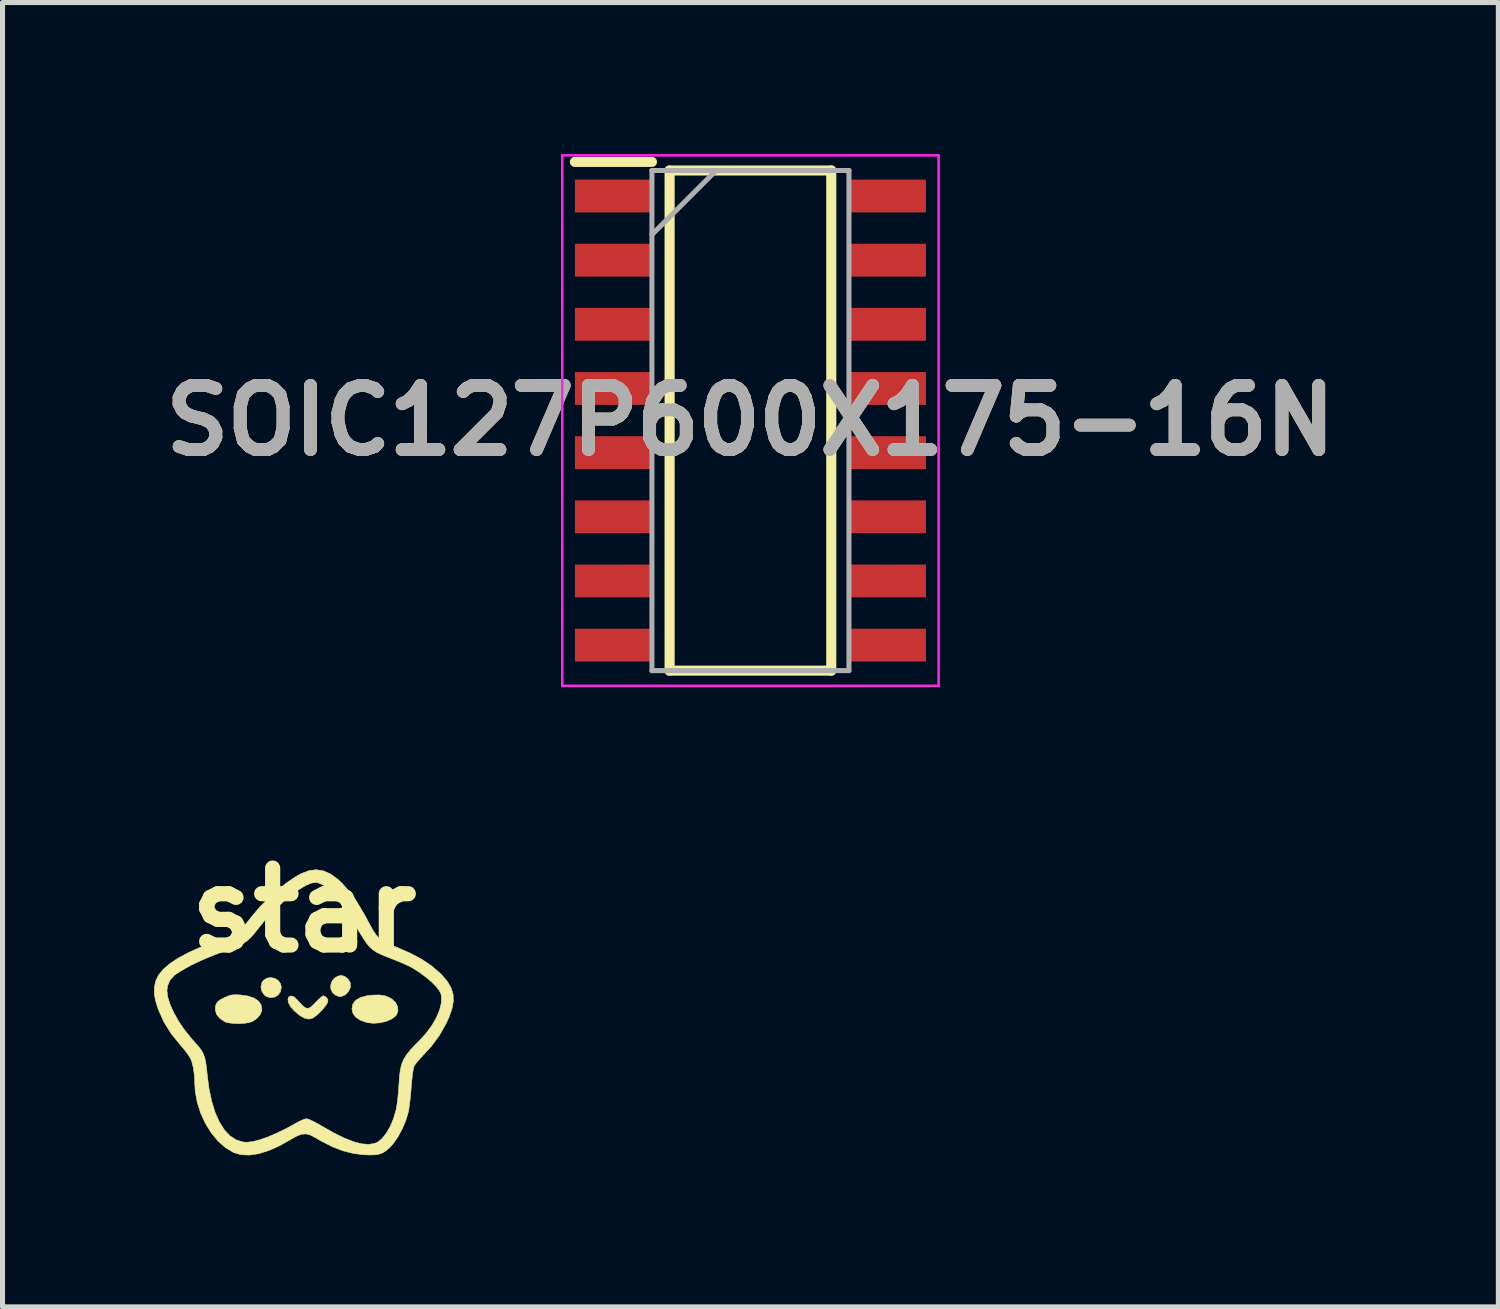
<source format=kicad_pcb>
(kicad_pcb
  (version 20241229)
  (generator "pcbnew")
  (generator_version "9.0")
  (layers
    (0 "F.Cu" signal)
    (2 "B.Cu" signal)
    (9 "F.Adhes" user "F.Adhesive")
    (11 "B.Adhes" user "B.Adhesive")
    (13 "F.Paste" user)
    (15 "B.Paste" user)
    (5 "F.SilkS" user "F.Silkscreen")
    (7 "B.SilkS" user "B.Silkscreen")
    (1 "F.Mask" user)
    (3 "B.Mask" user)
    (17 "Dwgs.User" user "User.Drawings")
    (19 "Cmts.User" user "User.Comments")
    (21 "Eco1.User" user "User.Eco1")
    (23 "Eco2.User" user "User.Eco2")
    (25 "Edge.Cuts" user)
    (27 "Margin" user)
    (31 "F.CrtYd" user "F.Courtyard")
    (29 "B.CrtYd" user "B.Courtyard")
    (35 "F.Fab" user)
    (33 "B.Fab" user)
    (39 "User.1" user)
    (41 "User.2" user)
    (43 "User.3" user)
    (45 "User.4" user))
  (footprint "SOIC127P600X175-16N"
    (layer "F.Cu")
    (at 11.805 5.275)
    (property "Reference" "SOIC127P600X175-16N" (at 0 0 0) (layer "F.SilkS") (effects (font (size 1.27 1.27) (thickness 0.254))))
    (attr smd)
    (fp_line (start -3.475 -5.12) (end -1.95 -5.12) (stroke (width 0.2) (type solid)) (layer "F.SilkS"))
    (fp_line (start -1.6 -4.95) (end 1.6 -4.95) (stroke (width 0.2) (type solid)) (layer "F.SilkS"))
    (fp_line (start -1.6 4.95) (end -1.6 -4.95) (stroke (width 0.2) (type solid)) (layer "F.SilkS"))
    (fp_line (start 1.6 -4.95) (end 1.6 4.95) (stroke (width 0.2) (type solid)) (layer "F.SilkS"))
    (fp_line (start 1.6 4.95) (end -1.6 4.95) (stroke (width 0.2) (type solid)) (layer "F.SilkS"))
    (fp_line (start -3.725 -5.25) (end 3.725 -5.25) (stroke (width 0.05) (type solid)) (layer "F.CrtYd"))
    (fp_line (start -3.725 5.25) (end -3.725 -5.25) (stroke (width 0.05) (type solid)) (layer "F.CrtYd"))
    (fp_line (start 3.725 -5.25) (end 3.725 5.25) (stroke (width 0.05) (type solid)) (layer "F.CrtYd"))
    (fp_line (start 3.725 5.25) (end -3.725 5.25) (stroke (width 0.05) (type solid)) (layer "F.CrtYd"))
    (fp_line (start -1.95 -4.95) (end 1.95 -4.95) (stroke (width 0.1) (type solid)) (layer "F.Fab"))
    (fp_line (start -1.95 -3.68) (end -0.68 -4.95) (stroke (width 0.1) (type solid)) (layer "F.Fab"))
    (fp_line (start -1.95 4.95) (end -1.95 -4.95) (stroke (width 0.1) (type solid)) (layer "F.Fab"))
    (fp_line (start 1.95 -4.95) (end 1.95 4.95) (stroke (width 0.1) (type solid)) (layer "F.Fab"))
    (fp_line (start 1.95 4.95) (end -1.95 4.95) (stroke (width 0.1) (type solid)) (layer "F.Fab"))
    (fp_text user "${REFERENCE}" (at 0 0 0) (layer "F.Fab") (effects (font (size 1.27 1.27) (thickness 0.254))))
    (pad "1" smd rect (at -2.712 -4.445 90) (size 0.65 1.525) (layers "F.Cu" "F.Mask" "F.Paste"))
    (pad "2" smd rect (at -2.712 -3.175 90) (size 0.65 1.525) (layers "F.Cu" "F.Mask" "F.Paste"))
    (pad "3" smd rect (at -2.712 -1.905 90) (size 0.65 1.525) (layers "F.Cu" "F.Mask" "F.Paste"))
    (pad "4" smd rect (at -2.712 -0.635 90) (size 0.65 1.525) (layers "F.Cu" "F.Mask" "F.Paste"))
    (pad "5" smd rect (at -2.712 0.635 90) (size 0.65 1.525) (layers "F.Cu" "F.Mask" "F.Paste"))
    (pad "6" smd rect (at -2.712 1.905 90) (size 0.65 1.525) (layers "F.Cu" "F.Mask" "F.Paste"))
    (pad "7" smd rect (at -2.712 3.175 90) (size 0.65 1.525) (layers "F.Cu" "F.Mask" "F.Paste"))
    (pad "8" smd rect (at -2.712 4.445 90) (size 0.65 1.525) (layers "F.Cu" "F.Mask" "F.Paste"))
    (pad "9" smd rect (at 2.712 4.445 90) (size 0.65 1.525) (layers "F.Cu" "F.Mask" "F.Paste"))
    (pad "10" smd rect (at 2.712 3.175 90) (size 0.65 1.525) (layers "F.Cu" "F.Mask" "F.Paste"))
    (pad "11" smd rect (at 2.712 1.905 90) (size 0.65 1.525) (layers "F.Cu" "F.Mask" "F.Paste"))
    (pad "12" smd rect (at 2.712 0.635 90) (size 0.65 1.525) (layers "F.Cu" "F.Mask" "F.Paste"))
    (pad "13" smd rect (at 2.712 -0.635 90) (size 0.65 1.525) (layers "F.Cu" "F.Mask" "F.Paste"))
    (pad "14" smd rect (at 2.712 -1.905 90) (size 0.65 1.525) (layers "F.Cu" "F.Mask" "F.Paste"))
    (pad "15" smd rect (at 2.712 -3.175 90) (size 0.65 1.525) (layers "F.Cu" "F.Mask" "F.Paste"))
    (pad "16" smd rect (at 2.712 -4.445 90) (size 0.65 1.525) (layers "F.Cu" "F.Mask" "F.Paste")))
  (footprint "star"
    (layer "F.Cu")
    (at 2.964 14.968)
    (property "Reference" "star" (at 0 0 0) (layer "F.SilkS") (effects (font (size 1.524 1.524) (thickness 0.3))))
    (attr through_hole)
    (fp_poly (pts (xy -0.57 1.351) (xy -0.504 1.394) (xy -0.459 1.458) (xy -0.445 1.528) (xy -0.463 1.613) (xy -0.51 1.678) (xy -0.577 1.719) (xy -0.654 1.732) (xy -0.731 1.712) (xy -0.785 1.674) (xy -0.834 1.599) (xy -0.849 1.515) (xy -0.83 1.434) (xy -0.795 1.385) (xy -0.726 1.343) (xy -0.648 1.333) (xy -0.57 1.351)) (stroke (width 0.01) (type solid)) (fill yes) (layer "F.SilkS"))
    (fp_poly (pts (xy 0.811 1.31) (xy 0.87 1.357) (xy 0.913 1.421) (xy 0.922 1.449) (xy 0.922 1.526) (xy 0.889 1.603) (xy 0.83 1.666) (xy 0.817 1.675) (xy 0.751 1.706) (xy 0.697 1.709) (xy 0.633 1.683) (xy 0.63 1.682) (xy 0.566 1.627) (xy 0.535 1.558) (xy 0.532 1.482) (xy 0.557 1.408) (xy 0.605 1.346) (xy 0.674 1.304) (xy 0.75 1.291) (xy 0.811 1.31)) (stroke (width 0.01) (type solid)) (fill yes) (layer "F.SilkS"))
    (fp_poly (pts (xy 1.603 1.693) (xy 1.701 1.732) (xy 1.748 1.761) (xy 1.817 1.828) (xy 1.856 1.908) (xy 1.864 1.992) (xy 1.837 2.069) (xy 1.817 2.094) (xy 1.737 2.154) (xy 1.628 2.2) (xy 1.503 2.229) (xy 1.373 2.238) (xy 1.252 2.224) (xy 1.243 2.222) (xy 1.116 2.176) (xy 1.024 2.113) (xy 0.969 2.034) (xy 0.953 1.949) (xy 0.971 1.856) (xy 1.027 1.783) (xy 1.12 1.728) (xy 1.25 1.693) (xy 1.347 1.681) (xy 1.489 1.677) (xy 1.603 1.693)) (stroke (width 0.01) (type solid)) (fill yes) (layer "F.SilkS"))
    (fp_poly (pts (xy -1.276 1.676) (xy -1.263 1.677) (xy -1.111 1.697) (xy -0.99 1.737) (xy -0.901 1.794) (xy -0.847 1.868) (xy -0.83 1.956) (xy -0.834 1.995) (xy -0.867 2.072) (xy -0.932 2.144) (xy -1.017 2.2) (xy -1.074 2.221) (xy -1.156 2.236) (xy -1.258 2.243) (xy -1.365 2.242) (xy -1.464 2.233) (xy -1.539 2.217) (xy -1.561 2.209) (xy -1.663 2.141) (xy -1.728 2.06) (xy -1.754 1.967) (xy -1.749 1.903) (xy -1.732 1.849) (xy -1.7 1.806) (xy -1.645 1.767) (xy -1.558 1.723) (xy -1.554 1.722) (xy -1.487 1.694) (xy -1.43 1.678) (xy -1.365 1.673) (xy -1.276 1.676)) (stroke (width 0.01) (type solid)) (fill yes) (layer "F.SilkS"))
    (fp_poly (pts (xy 0.422 1.708) (xy 0.455 1.736) (xy 0.477 1.773) (xy 0.474 1.817) (xy 0.445 1.873) (xy 0.387 1.946) (xy 0.345 1.992) (xy 0.253 2.082) (xy 0.175 2.135) (xy 0.103 2.155) (xy 0.029 2.143) (xy -0.054 2.099) (xy -0.088 2.076) (xy -0.186 1.995) (xy -0.26 1.911) (xy -0.304 1.831) (xy -0.314 1.764) (xy -0.299 1.717) (xy -0.261 1.699) (xy -0.254 1.698) (xy -0.22 1.702) (xy -0.181 1.725) (xy -0.13 1.774) (xy -0.089 1.82) (xy -0.018 1.894) (xy 0.037 1.935) (xy 0.088 1.942) (xy 0.141 1.915) (xy 0.207 1.853) (xy 0.238 1.82) (xy 0.297 1.761) (xy 0.347 1.717) (xy 0.381 1.695) (xy 0.386 1.693) (xy 0.422 1.708)) (stroke (width 0.01) (type solid)) (fill yes) (layer "F.SilkS"))
    (fp_poly (pts (xy 0.383 -0.781) (xy 0.524 -0.72) (xy 0.667 -0.618) (xy 0.76 -0.531) (xy 0.912 -0.357) (xy 1.062 -0.147) (xy 1.205 0.095) (xy 1.24 0.159) (xy 1.314 0.298) (xy 1.375 0.406) (xy 1.431 0.488) (xy 1.489 0.551) (xy 1.554 0.602) (xy 1.634 0.647) (xy 1.735 0.692) (xy 1.852 0.739) (xy 2.112 0.852) (xy 2.336 0.971) (xy 2.529 1.102) (xy 2.697 1.247) (xy 2.734 1.284) (xy 2.842 1.411) (xy 2.915 1.536) (xy 2.955 1.665) (xy 2.96 1.803) (xy 2.932 1.955) (xy 2.871 2.125) (xy 2.811 2.254) (xy 2.683 2.479) (xy 2.529 2.688) (xy 2.375 2.857) (xy 2.306 2.931) (xy 2.246 3) (xy 2.202 3.055) (xy 2.187 3.078) (xy 2.17 3.132) (xy 2.154 3.229) (xy 2.138 3.367) (xy 2.127 3.502) (xy 2.115 3.634) (xy 2.102 3.765) (xy 2.087 3.881) (xy 2.073 3.973) (xy 2.065 4.011) (xy 2.017 4.168) (xy 1.948 4.33) (xy 1.865 4.483) (xy 1.774 4.615) (xy 1.718 4.679) (xy 1.642 4.749) (xy 1.571 4.798) (xy 1.493 4.828) (xy 1.4 4.843) (xy 1.28 4.844) (xy 1.196 4.841) (xy 0.985 4.816) (xy 0.775 4.763) (xy 0.559 4.679) (xy 0.331 4.562) (xy 0.222 4.498) (xy 0.128 4.449) (xy 0.044 4.428) (xy -0.041 4.433) (xy -0.136 4.468) (xy -0.25 4.532) (xy -0.256 4.536) (xy -0.482 4.664) (xy -0.696 4.758) (xy -0.896 4.82) (xy -1.079 4.847) (xy -1.243 4.84) (xy -1.387 4.797) (xy -1.392 4.795) (xy -1.552 4.699) (xy -1.7 4.567) (xy -1.833 4.405) (xy -1.948 4.22) (xy -2.041 4.018) (xy -2.11 3.803) (xy -2.15 3.583) (xy -2.159 3.422) (xy -2.167 3.259) (xy -2.189 3.109) (xy -2.222 2.983) (xy -2.244 2.932) (xy -2.277 2.877) (xy -2.331 2.803) (xy -2.398 2.72) (xy -2.453 2.656) (xy -2.632 2.434) (xy -2.773 2.206) (xy -2.88 1.965) (xy -2.892 1.932) (xy -2.937 1.782) (xy -2.959 1.656) (xy -2.959 1.593) (xy -2.709 1.593) (xy -2.693 1.72) (xy -2.647 1.867) (xy -2.574 2.028) (xy -2.478 2.198) (xy -2.361 2.37) (xy -2.226 2.538) (xy -2.156 2.617) (xy -2.083 2.699) (xy -2.028 2.771) (xy -1.989 2.843) (xy -1.96 2.923) (xy -1.94 3.022) (xy -1.923 3.147) (xy -1.913 3.247) (xy -1.877 3.53) (xy -1.823 3.783) (xy -1.755 4.004) (xy -1.671 4.192) (xy -1.573 4.346) (xy -1.463 4.465) (xy -1.34 4.545) (xy -1.205 4.587) (xy -1.129 4.593) (xy -1.015 4.581) (xy -0.874 4.545) (xy -0.711 4.488) (xy -0.533 4.412) (xy -0.346 4.321) (xy -0.168 4.222) (xy -0.088 4.179) (xy -0.014 4.146) (xy 0.04 4.129) (xy 0.053 4.128) (xy 0.097 4.139) (xy 0.17 4.171) (xy 0.266 4.221) (xy 0.358 4.274) (xy 0.594 4.408) (xy 0.803 4.511) (xy 0.987 4.583) (xy 1.146 4.624) (xy 1.283 4.635) (xy 1.398 4.617) (xy 1.462 4.59) (xy 1.548 4.521) (xy 1.631 4.417) (xy 1.708 4.285) (xy 1.773 4.132) (xy 1.823 3.964) (xy 1.831 3.925) (xy 1.846 3.84) (xy 1.86 3.726) (xy 1.873 3.597) (xy 1.882 3.468) (xy 1.883 3.45) (xy 1.894 3.289) (xy 1.911 3.158) (xy 1.937 3.048) (xy 1.977 2.952) (xy 2.035 2.859) (xy 2.114 2.761) (xy 2.22 2.649) (xy 2.287 2.582) (xy 2.422 2.434) (xy 2.535 2.28) (xy 2.625 2.125) (xy 2.688 1.975) (xy 2.722 1.835) (xy 2.725 1.71) (xy 2.711 1.645) (xy 2.674 1.578) (xy 2.606 1.496) (xy 2.515 1.407) (xy 2.406 1.316) (xy 2.287 1.228) (xy 2.164 1.15) (xy 2.09 1.109) (xy 2.029 1.081) (xy 1.941 1.042) (xy 1.839 1) (xy 1.748 0.964) (xy 1.618 0.913) (xy 1.514 0.869) (xy 1.431 0.826) (xy 1.362 0.779) (xy 1.3 0.723) (xy 1.241 0.651) (xy 1.178 0.558) (xy 1.104 0.439) (xy 1.029 0.312) (xy 0.879 0.071) (xy 0.741 -0.13) (xy 0.613 -0.291) (xy 0.495 -0.413) (xy 0.387 -0.496) (xy 0.287 -0.541) (xy 0.224 -0.55) (xy 0.14 -0.534) (xy 0.035 -0.488) (xy -0.087 -0.416) (xy -0.22 -0.322) (xy -0.359 -0.209) (xy -0.502 -0.081) (xy -0.641 0.057) (xy -0.774 0.203) (xy -0.884 0.339) (xy -0.97 0.448) (xy -1.044 0.533) (xy -1.115 0.6) (xy -1.19 0.653) (xy -1.28 0.7) (xy -1.392 0.747) (xy -1.535 0.798) (xy -1.558 0.806) (xy -1.697 0.857) (xy -1.844 0.914) (xy -1.988 0.975) (xy -2.121 1.035) (xy -2.232 1.089) (xy -2.303 1.128) (xy -2.368 1.166) (xy -2.428 1.199) (xy -2.438 1.205) (xy -2.56 1.285) (xy -2.648 1.384) (xy -2.698 1.498) (xy -2.709 1.593) (xy -2.959 1.593) (xy -2.959 1.541) (xy -2.938 1.425) (xy -2.93 1.397) (xy -2.875 1.282) (xy -2.78 1.167) (xy -2.646 1.053) (xy -2.476 0.941) (xy -2.27 0.832) (xy -2.032 0.727) (xy -1.764 0.628) (xy -1.619 0.582) (xy -1.511 0.547) (xy -1.434 0.519) (xy -1.377 0.493) (xy -1.332 0.463) (xy -1.289 0.424) (xy -1.259 0.394) (xy -1.198 0.328) (xy -1.124 0.242) (xy -1.05 0.15) (xy -1.019 0.111) (xy -0.871 -0.064) (xy -0.703 -0.237) (xy -0.523 -0.399) (xy -0.339 -0.544) (xy -0.161 -0.664) (xy -0.053 -0.724) (xy 0.097 -0.783) (xy 0.242 -0.802) (xy 0.383 -0.781)) (stroke (width 0.01) (type solid)) (fill yes) (layer "F.SilkS")))
  (gr_rect
    (start -3 -3)
    (end 26.61 22.82)
    (stroke (width 0.1) (type default))
    (fill no)
    (layer "Edge.Cuts")))
</source>
